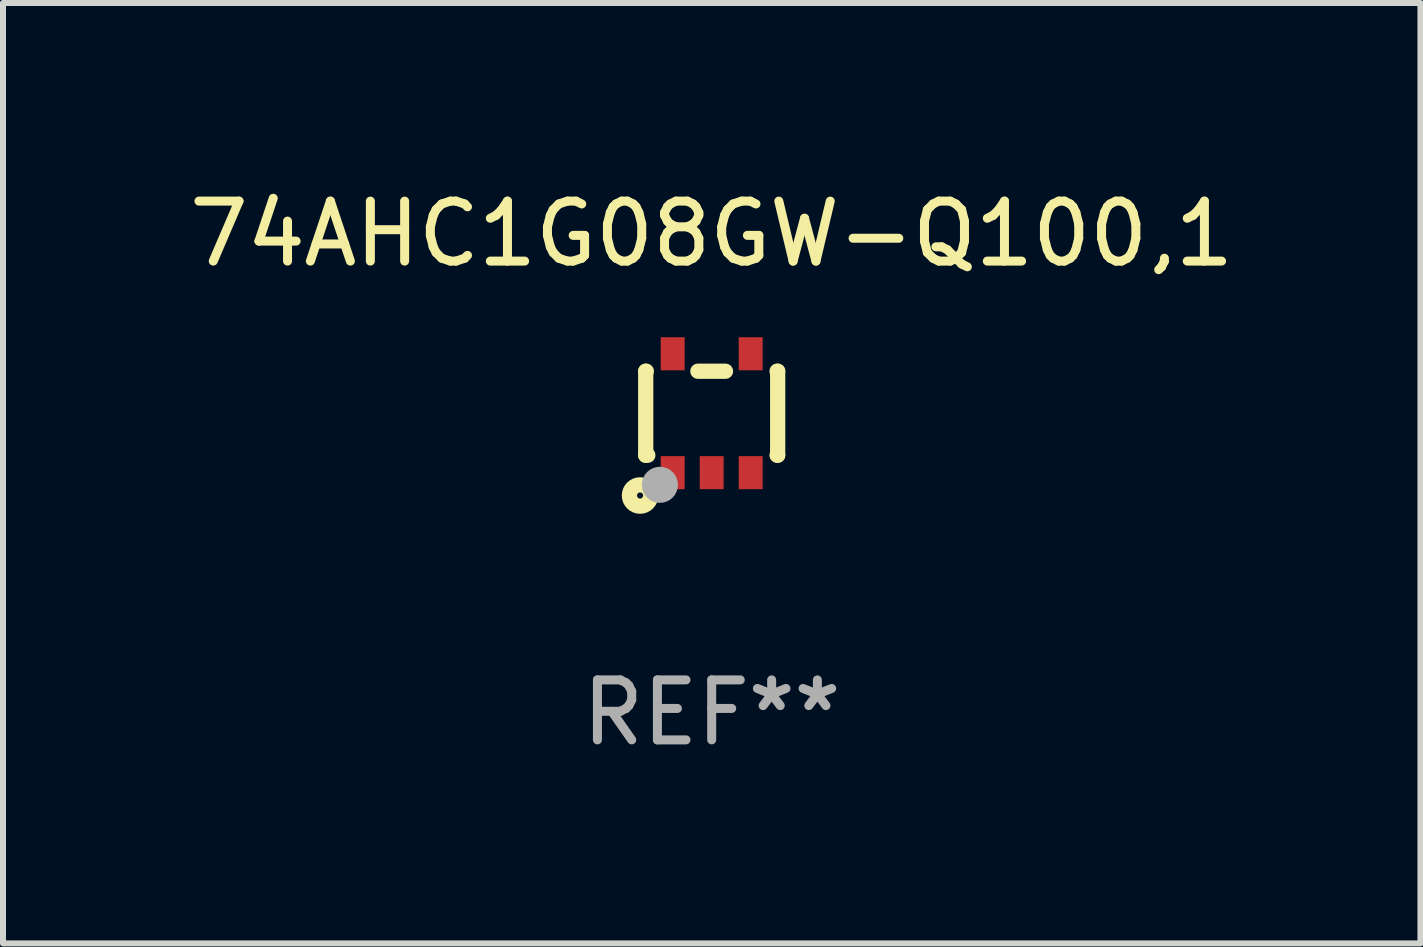
<source format=kicad_pcb>
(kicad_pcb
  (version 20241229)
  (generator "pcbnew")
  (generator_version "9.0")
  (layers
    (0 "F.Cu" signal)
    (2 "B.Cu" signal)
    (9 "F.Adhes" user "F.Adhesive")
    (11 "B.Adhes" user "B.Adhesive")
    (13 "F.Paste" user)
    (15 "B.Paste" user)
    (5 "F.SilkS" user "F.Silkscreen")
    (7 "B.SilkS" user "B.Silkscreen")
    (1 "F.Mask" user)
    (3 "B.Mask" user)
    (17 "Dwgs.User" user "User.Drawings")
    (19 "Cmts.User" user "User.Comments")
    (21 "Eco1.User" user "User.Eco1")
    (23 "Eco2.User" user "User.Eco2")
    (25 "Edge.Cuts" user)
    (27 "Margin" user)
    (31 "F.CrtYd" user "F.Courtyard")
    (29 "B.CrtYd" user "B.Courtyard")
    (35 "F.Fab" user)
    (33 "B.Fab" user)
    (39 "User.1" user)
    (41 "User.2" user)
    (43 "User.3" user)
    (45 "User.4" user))
  (footprint "74AHC1G08GW-Q100,1"
    (layer "F.Cu")
    (at 8.815 3.839)
    (property "Reference" "74AHC1G08GW-Q100,1" (at 0 -2.991 0) (layer "F.SilkS") (effects (font (size 1 1) (thickness 0.15))))
    (attr through_hole)
    (fp_line (start -1.1 -0.7) (end -1.1 0.7) (stroke (width 0.254) (type solid)) (layer "F.SilkS"))
    (fp_line (start -1.1 -0.7) (end -1.09 -0.7) (stroke (width 0.254) (type solid)) (layer "F.SilkS"))
    (fp_line (start -1.1 0.7) (end -1.065 0.7) (stroke (width 0.254) (type solid)) (layer "F.SilkS"))
    (fp_line (start -0.23 -0.7) (end 0.23 -0.7) (stroke (width 0.254) (type solid)) (layer "F.SilkS"))
    (fp_line (start 1.09 -0.7) (end 1.1 -0.7) (stroke (width 0.254) (type solid)) (layer "F.SilkS"))
    (fp_line (start 1.09 0.7) (end 1.1 0.7) (stroke (width 0.254) (type solid)) (layer "F.SilkS"))
    (fp_line (start 1.1 -0.7) (end 1.1 0.7) (stroke (width 0.254) (type solid)) (layer "F.SilkS"))
    (fp_circle (center -1.194 1.372) (end -1.143 1.372) (stroke (width 0.254) (type solid)) (fill no) (layer "F.SilkS"))
    (fp_circle (center -1.05 1.063) (end -1.02 1.063) (stroke (width 0.06) (type solid)) (fill no) (layer "F.SilkS"))
    (fp_circle (center -0.864 1.194) (end -0.713 1.194) (stroke (width 0.3) (type solid)) (fill no) (layer "F.Fab"))
    (fp_text user "REF**" (at 0 4.991 0) (layer "F.Fab") (effects (font (size 1 1) (thickness 0.15))))
    (pad "1" smd rect (at -0.65 0.991 180) (size 0.399 0.551) (layers "F.Cu" "F.Mask" "F.Paste"))
    (pad "2" smd rect (at 0 0.991 180) (size 0.399 0.551) (layers "F.Cu" "F.Mask" "F.Paste"))
    (pad "3" smd rect (at 0.65 0.991 180) (size 0.399 0.551) (layers "F.Cu" "F.Mask" "F.Paste"))
    (pad "4" smd rect (at 0.65 -0.991 180) (size 0.399 0.551) (layers "F.Cu" "F.Mask" "F.Paste"))
    (pad "5" smd rect (at -0.65 -0.991 180) (size 0.399 0.551) (layers "F.Cu" "F.Mask" "F.Paste")))
  (gr_rect
    (start -3 -3)
    (end 20.631 12.678)
    (stroke (width 0.1) (type default))
    (fill no)
    (layer "Edge.Cuts")))
</source>
